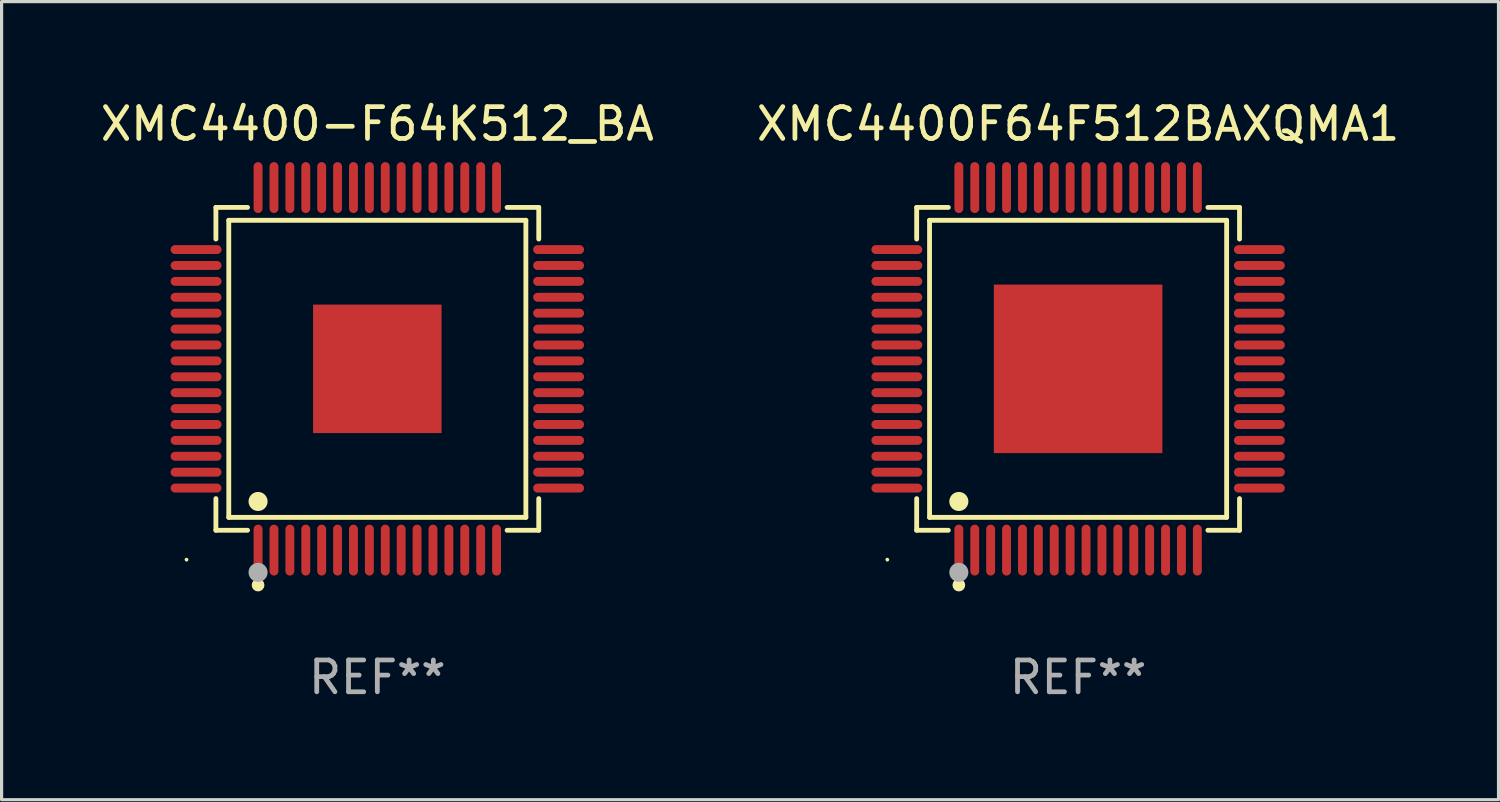
<source format=kicad_pcb>
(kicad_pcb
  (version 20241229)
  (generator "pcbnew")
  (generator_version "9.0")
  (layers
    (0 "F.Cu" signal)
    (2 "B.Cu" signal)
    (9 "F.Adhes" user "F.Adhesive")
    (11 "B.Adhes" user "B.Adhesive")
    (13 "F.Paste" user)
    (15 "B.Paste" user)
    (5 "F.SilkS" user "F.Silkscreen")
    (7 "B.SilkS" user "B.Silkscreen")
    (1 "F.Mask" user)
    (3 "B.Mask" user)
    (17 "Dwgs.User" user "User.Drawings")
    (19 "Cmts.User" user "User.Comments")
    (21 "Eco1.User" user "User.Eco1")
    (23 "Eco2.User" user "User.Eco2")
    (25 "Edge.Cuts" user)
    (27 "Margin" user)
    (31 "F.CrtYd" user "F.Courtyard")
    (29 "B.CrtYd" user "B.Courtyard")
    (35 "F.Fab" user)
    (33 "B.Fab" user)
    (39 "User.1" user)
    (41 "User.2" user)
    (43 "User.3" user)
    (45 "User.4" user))
  (footprint "XMC4400F64F512BAXQMA1"
    (layer "F.Cu")
    (at 30.851 8.548)
    (property "Reference" "XMC4400F64F512BAXQMA1" (at 0 -7.7 0) (layer "F.SilkS") (effects (font (size 1 1) (thickness 0.15))))
    (attr through_hole)
    (fp_line (start -5.076 -5.076) (end -4.081 -5.076) (stroke (width 0.152) (type solid)) (layer "F.SilkS"))
    (fp_line (start -5.076 -4.081) (end -5.076 -5.076) (stroke (width 0.152) (type solid)) (layer "F.SilkS"))
    (fp_line (start -5.076 4.081) (end -5.076 5.076) (stroke (width 0.152) (type solid)) (layer "F.SilkS"))
    (fp_line (start -5.076 5.076) (end -4.081 5.076) (stroke (width 0.152) (type solid)) (layer "F.SilkS"))
    (fp_line (start -4.671 -4.671) (end 4.671 -4.671) (stroke (width 0.152) (type solid)) (layer "F.SilkS"))
    (fp_line (start -4.671 4.671) (end -4.671 -4.671) (stroke (width 0.152) (type solid)) (layer "F.SilkS"))
    (fp_line (start 4.671 -4.671) (end 4.671 4.671) (stroke (width 0.152) (type solid)) (layer "F.SilkS"))
    (fp_line (start 4.671 4.671) (end -4.671 4.671) (stroke (width 0.152) (type solid)) (layer "F.SilkS"))
    (fp_line (start 5.076 -5.076) (end 4.081 -5.076) (stroke (width 0.152) (type solid)) (layer "F.SilkS"))
    (fp_line (start 5.076 -4.081) (end 5.076 -5.076) (stroke (width 0.152) (type solid)) (layer "F.SilkS"))
    (fp_line (start 5.076 4.081) (end 5.076 5.076) (stroke (width 0.152) (type solid)) (layer "F.SilkS"))
    (fp_line (start 5.076 5.076) (end 4.081 5.076) (stroke (width 0.152) (type solid)) (layer "F.SilkS"))
    (fp_circle (center -6 6) (end -5.97 6) (stroke (width 0.06) (type solid)) (fill no) (layer "F.SilkS"))
    (fp_circle (center -3.75 4.171) (end -3.6 4.171) (stroke (width 0.3) (type solid)) (fill no) (layer "F.SilkS"))
    (fp_circle (center -3.75 6.8) (end -3.65 6.8) (stroke (width 0.2) (type solid)) (fill no) (layer "F.SilkS"))
    (fp_circle (center -3.75 6.4) (end -3.6 6.4) (stroke (width 0.3) (type solid)) (fill no) (layer "F.Fab"))
    (fp_text user "REF**" (at 0 9.7 0) (layer "F.Fab") (effects (font (size 1 1) (thickness 0.15))))
    (pad "1" smd oval (at -3.75 5.7) (size 0.28 1.6) (layers "F.Cu" "F.Mask" "F.Paste"))
    (pad "2" smd oval (at -3.25 5.7) (size 0.28 1.6) (layers "F.Cu" "F.Mask" "F.Paste"))
    (pad "3" smd oval (at -2.75 5.7) (size 0.28 1.6) (layers "F.Cu" "F.Mask" "F.Paste"))
    (pad "4" smd oval (at -2.25 5.7) (size 0.28 1.6) (layers "F.Cu" "F.Mask" "F.Paste"))
    (pad "5" smd oval (at -1.75 5.7) (size 0.28 1.6) (layers "F.Cu" "F.Mask" "F.Paste"))
    (pad "6" smd oval (at -1.25 5.7) (size 0.28 1.6) (layers "F.Cu" "F.Mask" "F.Paste"))
    (pad "7" smd oval (at -0.75 5.7) (size 0.28 1.6) (layers "F.Cu" "F.Mask" "F.Paste"))
    (pad "8" smd oval (at -0.25 5.7) (size 0.28 1.6) (layers "F.Cu" "F.Mask" "F.Paste"))
    (pad "9" smd oval (at 0.25 5.7) (size 0.28 1.6) (layers "F.Cu" "F.Mask" "F.Paste"))
    (pad "10" smd oval (at 0.75 5.7) (size 0.28 1.6) (layers "F.Cu" "F.Mask" "F.Paste"))
    (pad "11" smd oval (at 1.25 5.7) (size 0.28 1.6) (layers "F.Cu" "F.Mask" "F.Paste"))
    (pad "12" smd oval (at 1.75 5.7) (size 0.28 1.6) (layers "F.Cu" "F.Mask" "F.Paste"))
    (pad "13" smd oval (at 2.25 5.7) (size 0.28 1.6) (layers "F.Cu" "F.Mask" "F.Paste"))
    (pad "14" smd oval (at 2.75 5.7) (size 0.28 1.6) (layers "F.Cu" "F.Mask" "F.Paste"))
    (pad "15" smd oval (at 3.25 5.7) (size 0.28 1.6) (layers "F.Cu" "F.Mask" "F.Paste"))
    (pad "16" smd oval (at 3.75 5.7) (size 0.28 1.6) (layers "F.Cu" "F.Mask" "F.Paste"))
    (pad "17" smd oval (at 5.7 3.75) (size 1.6 0.28) (layers "F.Cu" "F.Mask" "F.Paste"))
    (pad "18" smd oval (at 5.7 3.25) (size 1.6 0.28) (layers "F.Cu" "F.Mask" "F.Paste"))
    (pad "19" smd oval (at 5.7 2.75) (size 1.6 0.28) (layers "F.Cu" "F.Mask" "F.Paste"))
    (pad "20" smd oval (at 5.7 2.25) (size 1.6 0.28) (layers "F.Cu" "F.Mask" "F.Paste"))
    (pad "21" smd oval (at 5.7 1.75) (size 1.6 0.28) (layers "F.Cu" "F.Mask" "F.Paste"))
    (pad "22" smd oval (at 5.7 1.25) (size 1.6 0.28) (layers "F.Cu" "F.Mask" "F.Paste"))
    (pad "23" smd oval (at 5.7 0.75) (size 1.6 0.28) (layers "F.Cu" "F.Mask" "F.Paste"))
    (pad "24" smd oval (at 5.7 0.25) (size 1.6 0.28) (layers "F.Cu" "F.Mask" "F.Paste"))
    (pad "25" smd oval (at 5.7 -0.25) (size 1.6 0.28) (layers "F.Cu" "F.Mask" "F.Paste"))
    (pad "26" smd oval (at 5.7 -0.75) (size 1.6 0.28) (layers "F.Cu" "F.Mask" "F.Paste"))
    (pad "27" smd oval (at 5.7 -1.25) (size 1.6 0.28) (layers "F.Cu" "F.Mask" "F.Paste"))
    (pad "28" smd oval (at 5.7 -1.75) (size 1.6 0.28) (layers "F.Cu" "F.Mask" "F.Paste"))
    (pad "29" smd oval (at 5.7 -2.25) (size 1.6 0.28) (layers "F.Cu" "F.Mask" "F.Paste"))
    (pad "30" smd oval (at 5.7 -2.75) (size 1.6 0.28) (layers "F.Cu" "F.Mask" "F.Paste"))
    (pad "31" smd oval (at 5.7 -3.25) (size 1.6 0.28) (layers "F.Cu" "F.Mask" "F.Paste"))
    (pad "32" smd oval (at 5.7 -3.75) (size 1.6 0.28) (layers "F.Cu" "F.Mask" "F.Paste"))
    (pad "33" smd oval (at 3.75 -5.7) (size 0.28 1.6) (layers "F.Cu" "F.Mask" "F.Paste"))
    (pad "34" smd oval (at 3.25 -5.7) (size 0.28 1.6) (layers "F.Cu" "F.Mask" "F.Paste"))
    (pad "35" smd oval (at 2.75 -5.7) (size 0.28 1.6) (layers "F.Cu" "F.Mask" "F.Paste"))
    (pad "36" smd oval (at 2.25 -5.7) (size 0.28 1.6) (layers "F.Cu" "F.Mask" "F.Paste"))
    (pad "37" smd oval (at 1.75 -5.7) (size 0.28 1.6) (layers "F.Cu" "F.Mask" "F.Paste"))
    (pad "38" smd oval (at 1.25 -5.7) (size 0.28 1.6) (layers "F.Cu" "F.Mask" "F.Paste"))
    (pad "39" smd oval (at 0.75 -5.7) (size 0.28 1.6) (layers "F.Cu" "F.Mask" "F.Paste"))
    (pad "40" smd oval (at 0.25 -5.7) (size 0.28 1.6) (layers "F.Cu" "F.Mask" "F.Paste"))
    (pad "41" smd oval (at -0.25 -5.7) (size 0.28 1.6) (layers "F.Cu" "F.Mask" "F.Paste"))
    (pad "42" smd oval (at -0.75 -5.7) (size 0.28 1.6) (layers "F.Cu" "F.Mask" "F.Paste"))
    (pad "43" smd oval (at -1.25 -5.7) (size 0.28 1.6) (layers "F.Cu" "F.Mask" "F.Paste"))
    (pad "44" smd oval (at -1.75 -5.7) (size 0.28 1.6) (layers "F.Cu" "F.Mask" "F.Paste"))
    (pad "45" smd oval (at -2.25 -5.7) (size 0.28 1.6) (layers "F.Cu" "F.Mask" "F.Paste"))
    (pad "46" smd oval (at -2.75 -5.7) (size 0.28 1.6) (layers "F.Cu" "F.Mask" "F.Paste"))
    (pad "47" smd oval (at -3.25 -5.7) (size 0.28 1.6) (layers "F.Cu" "F.Mask" "F.Paste"))
    (pad "48" smd oval (at -3.75 -5.7) (size 0.28 1.6) (layers "F.Cu" "F.Mask" "F.Paste"))
    (pad "49" smd oval (at -5.7 -3.75) (size 1.6 0.28) (layers "F.Cu" "F.Mask" "F.Paste"))
    (pad "50" smd oval (at -5.7 -3.25) (size 1.6 0.28) (layers "F.Cu" "F.Mask" "F.Paste"))
    (pad "51" smd oval (at -5.7 -2.75) (size 1.6 0.28) (layers "F.Cu" "F.Mask" "F.Paste"))
    (pad "52" smd oval (at -5.7 -2.25) (size 1.6 0.28) (layers "F.Cu" "F.Mask" "F.Paste"))
    (pad "53" smd oval (at -5.7 -1.75) (size 1.6 0.28) (layers "F.Cu" "F.Mask" "F.Paste"))
    (pad "54" smd oval (at -5.7 -1.25) (size 1.6 0.28) (layers "F.Cu" "F.Mask" "F.Paste"))
    (pad "55" smd oval (at -5.7 -0.75) (size 1.6 0.28) (layers "F.Cu" "F.Mask" "F.Paste"))
    (pad "56" smd oval (at -5.7 -0.25) (size 1.6 0.28) (layers "F.Cu" "F.Mask" "F.Paste"))
    (pad "57" smd oval (at -5.7 0.25) (size 1.6 0.28) (layers "F.Cu" "F.Mask" "F.Paste"))
    (pad "58" smd oval (at -5.7 0.75) (size 1.6 0.28) (layers "F.Cu" "F.Mask" "F.Paste"))
    (pad "59" smd oval (at -5.7 1.25) (size 1.6 0.28) (layers "F.Cu" "F.Mask" "F.Paste"))
    (pad "60" smd oval (at -5.7 1.75) (size 1.6 0.28) (layers "F.Cu" "F.Mask" "F.Paste"))
    (pad "61" smd oval (at -5.7 2.25) (size 1.6 0.28) (layers "F.Cu" "F.Mask" "F.Paste"))
    (pad "62" smd oval (at -5.7 2.75) (size 1.6 0.28) (layers "F.Cu" "F.Mask" "F.Paste"))
    (pad "63" smd oval (at -5.7 3.25) (size 1.6 0.28) (layers "F.Cu" "F.Mask" "F.Paste"))
    (pad "64" smd oval (at -5.7 3.75) (size 1.6 0.28) (layers "F.Cu" "F.Mask" "F.Paste"))
    (pad "65" smd rect (at 0 0) (size 5.3 5.3) (layers "F.Cu" "F.Mask" "F.Paste")))
  (footprint "XMC4400-F64K512_BA"
    (layer "F.Cu")
    (at 8.815 8.548)
    (property "Reference" "XMC4400-F64K512_BA" (at 0 -7.7 0) (layer "F.SilkS") (effects (font (size 1 1) (thickness 0.15))))
    (attr through_hole)
    (fp_line (start -5.076 -5.076) (end -4.081 -5.076) (stroke (width 0.152) (type solid)) (layer "F.SilkS"))
    (fp_line (start -5.076 -4.081) (end -5.076 -5.076) (stroke (width 0.152) (type solid)) (layer "F.SilkS"))
    (fp_line (start -5.076 4.081) (end -5.076 5.076) (stroke (width 0.152) (type solid)) (layer "F.SilkS"))
    (fp_line (start -5.076 5.076) (end -4.081 5.076) (stroke (width 0.152) (type solid)) (layer "F.SilkS"))
    (fp_line (start -4.671 -4.671) (end 4.671 -4.671) (stroke (width 0.152) (type solid)) (layer "F.SilkS"))
    (fp_line (start -4.671 4.671) (end -4.671 -4.671) (stroke (width 0.152) (type solid)) (layer "F.SilkS"))
    (fp_line (start 4.671 -4.671) (end 4.671 4.671) (stroke (width 0.152) (type solid)) (layer "F.SilkS"))
    (fp_line (start 4.671 4.671) (end -4.671 4.671) (stroke (width 0.152) (type solid)) (layer "F.SilkS"))
    (fp_line (start 5.076 -5.076) (end 4.081 -5.076) (stroke (width 0.152) (type solid)) (layer "F.SilkS"))
    (fp_line (start 5.076 -4.081) (end 5.076 -5.076) (stroke (width 0.152) (type solid)) (layer "F.SilkS"))
    (fp_line (start 5.076 4.081) (end 5.076 5.076) (stroke (width 0.152) (type solid)) (layer "F.SilkS"))
    (fp_line (start 5.076 5.076) (end 4.081 5.076) (stroke (width 0.152) (type solid)) (layer "F.SilkS"))
    (fp_circle (center -6 6) (end -5.97 6) (stroke (width 0.06) (type solid)) (fill no) (layer "F.SilkS"))
    (fp_circle (center -3.75 4.171) (end -3.6 4.171) (stroke (width 0.3) (type solid)) (fill no) (layer "F.SilkS"))
    (fp_circle (center -3.75 6.8) (end -3.65 6.8) (stroke (width 0.2) (type solid)) (fill no) (layer "F.SilkS"))
    (fp_circle (center -3.75 6.4) (end -3.6 6.4) (stroke (width 0.3) (type solid)) (fill no) (layer "F.Fab"))
    (fp_text user "REF**" (at 0 9.7 0) (layer "F.Fab") (effects (font (size 1 1) (thickness 0.15))))
    (pad "1" smd oval (at -3.75 5.7) (size 0.28 1.6) (layers "F.Cu" "F.Mask" "F.Paste"))
    (pad "2" smd oval (at -3.25 5.7) (size 0.28 1.6) (layers "F.Cu" "F.Mask" "F.Paste"))
    (pad "3" smd oval (at -2.75 5.7) (size 0.28 1.6) (layers "F.Cu" "F.Mask" "F.Paste"))
    (pad "4" smd oval (at -2.25 5.7) (size 0.28 1.6) (layers "F.Cu" "F.Mask" "F.Paste"))
    (pad "5" smd oval (at -1.75 5.7) (size 0.28 1.6) (layers "F.Cu" "F.Mask" "F.Paste"))
    (pad "6" smd oval (at -1.25 5.7) (size 0.28 1.6) (layers "F.Cu" "F.Mask" "F.Paste"))
    (pad "7" smd oval (at -0.75 5.7) (size 0.28 1.6) (layers "F.Cu" "F.Mask" "F.Paste"))
    (pad "8" smd oval (at -0.25 5.7) (size 0.28 1.6) (layers "F.Cu" "F.Mask" "F.Paste"))
    (pad "9" smd oval (at 0.25 5.7) (size 0.28 1.6) (layers "F.Cu" "F.Mask" "F.Paste"))
    (pad "10" smd oval (at 0.75 5.7) (size 0.28 1.6) (layers "F.Cu" "F.Mask" "F.Paste"))
    (pad "11" smd oval (at 1.25 5.7) (size 0.28 1.6) (layers "F.Cu" "F.Mask" "F.Paste"))
    (pad "12" smd oval (at 1.75 5.7) (size 0.28 1.6) (layers "F.Cu" "F.Mask" "F.Paste"))
    (pad "13" smd oval (at 2.25 5.7) (size 0.28 1.6) (layers "F.Cu" "F.Mask" "F.Paste"))
    (pad "14" smd oval (at 2.75 5.7) (size 0.28 1.6) (layers "F.Cu" "F.Mask" "F.Paste"))
    (pad "15" smd oval (at 3.25 5.7) (size 0.28 1.6) (layers "F.Cu" "F.Mask" "F.Paste"))
    (pad "16" smd oval (at 3.75 5.7) (size 0.28 1.6) (layers "F.Cu" "F.Mask" "F.Paste"))
    (pad "17" smd oval (at 5.7 3.75) (size 1.6 0.28) (layers "F.Cu" "F.Mask" "F.Paste"))
    (pad "18" smd oval (at 5.7 3.25) (size 1.6 0.28) (layers "F.Cu" "F.Mask" "F.Paste"))
    (pad "19" smd oval (at 5.7 2.75) (size 1.6 0.28) (layers "F.Cu" "F.Mask" "F.Paste"))
    (pad "20" smd oval (at 5.7 2.25) (size 1.6 0.28) (layers "F.Cu" "F.Mask" "F.Paste"))
    (pad "21" smd oval (at 5.7 1.75) (size 1.6 0.28) (layers "F.Cu" "F.Mask" "F.Paste"))
    (pad "22" smd oval (at 5.7 1.25) (size 1.6 0.28) (layers "F.Cu" "F.Mask" "F.Paste"))
    (pad "23" smd oval (at 5.7 0.75) (size 1.6 0.28) (layers "F.Cu" "F.Mask" "F.Paste"))
    (pad "24" smd oval (at 5.7 0.25) (size 1.6 0.28) (layers "F.Cu" "F.Mask" "F.Paste"))
    (pad "25" smd oval (at 5.7 -0.25) (size 1.6 0.28) (layers "F.Cu" "F.Mask" "F.Paste"))
    (pad "26" smd oval (at 5.7 -0.75) (size 1.6 0.28) (layers "F.Cu" "F.Mask" "F.Paste"))
    (pad "27" smd oval (at 5.7 -1.25) (size 1.6 0.28) (layers "F.Cu" "F.Mask" "F.Paste"))
    (pad "28" smd oval (at 5.7 -1.75) (size 1.6 0.28) (layers "F.Cu" "F.Mask" "F.Paste"))
    (pad "29" smd oval (at 5.7 -2.25) (size 1.6 0.28) (layers "F.Cu" "F.Mask" "F.Paste"))
    (pad "30" smd oval (at 5.7 -2.75) (size 1.6 0.28) (layers "F.Cu" "F.Mask" "F.Paste"))
    (pad "31" smd oval (at 5.7 -3.25) (size 1.6 0.28) (layers "F.Cu" "F.Mask" "F.Paste"))
    (pad "32" smd oval (at 5.7 -3.75) (size 1.6 0.28) (layers "F.Cu" "F.Mask" "F.Paste"))
    (pad "33" smd oval (at 3.75 -5.7) (size 0.28 1.6) (layers "F.Cu" "F.Mask" "F.Paste"))
    (pad "34" smd oval (at 3.25 -5.7) (size 0.28 1.6) (layers "F.Cu" "F.Mask" "F.Paste"))
    (pad "35" smd oval (at 2.75 -5.7) (size 0.28 1.6) (layers "F.Cu" "F.Mask" "F.Paste"))
    (pad "36" smd oval (at 2.25 -5.7) (size 0.28 1.6) (layers "F.Cu" "F.Mask" "F.Paste"))
    (pad "37" smd oval (at 1.75 -5.7) (size 0.28 1.6) (layers "F.Cu" "F.Mask" "F.Paste"))
    (pad "38" smd oval (at 1.25 -5.7) (size 0.28 1.6) (layers "F.Cu" "F.Mask" "F.Paste"))
    (pad "39" smd oval (at 0.75 -5.7) (size 0.28 1.6) (layers "F.Cu" "F.Mask" "F.Paste"))
    (pad "40" smd oval (at 0.25 -5.7) (size 0.28 1.6) (layers "F.Cu" "F.Mask" "F.Paste"))
    (pad "41" smd oval (at -0.25 -5.7) (size 0.28 1.6) (layers "F.Cu" "F.Mask" "F.Paste"))
    (pad "42" smd oval (at -0.75 -5.7) (size 0.28 1.6) (layers "F.Cu" "F.Mask" "F.Paste"))
    (pad "43" smd oval (at -1.25 -5.7) (size 0.28 1.6) (layers "F.Cu" "F.Mask" "F.Paste"))
    (pad "44" smd oval (at -1.75 -5.7) (size 0.28 1.6) (layers "F.Cu" "F.Mask" "F.Paste"))
    (pad "45" smd oval (at -2.25 -5.7) (size 0.28 1.6) (layers "F.Cu" "F.Mask" "F.Paste"))
    (pad "46" smd oval (at -2.75 -5.7) (size 0.28 1.6) (layers "F.Cu" "F.Mask" "F.Paste"))
    (pad "47" smd oval (at -3.25 -5.7) (size 0.28 1.6) (layers "F.Cu" "F.Mask" "F.Paste"))
    (pad "48" smd oval (at -3.75 -5.7) (size 0.28 1.6) (layers "F.Cu" "F.Mask" "F.Paste"))
    (pad "49" smd oval (at -5.7 -3.75) (size 1.6 0.28) (layers "F.Cu" "F.Mask" "F.Paste"))
    (pad "50" smd oval (at -5.7 -3.25) (size 1.6 0.28) (layers "F.Cu" "F.Mask" "F.Paste"))
    (pad "51" smd oval (at -5.7 -2.75) (size 1.6 0.28) (layers "F.Cu" "F.Mask" "F.Paste"))
    (pad "52" smd oval (at -5.7 -2.25) (size 1.6 0.28) (layers "F.Cu" "F.Mask" "F.Paste"))
    (pad "53" smd oval (at -5.7 -1.75) (size 1.6 0.28) (layers "F.Cu" "F.Mask" "F.Paste"))
    (pad "54" smd oval (at -5.7 -1.25) (size 1.6 0.28) (layers "F.Cu" "F.Mask" "F.Paste"))
    (pad "55" smd oval (at -5.7 -0.75) (size 1.6 0.28) (layers "F.Cu" "F.Mask" "F.Paste"))
    (pad "56" smd oval (at -5.7 -0.25) (size 1.6 0.28) (layers "F.Cu" "F.Mask" "F.Paste"))
    (pad "57" smd oval (at -5.7 0.25) (size 1.6 0.28) (layers "F.Cu" "F.Mask" "F.Paste"))
    (pad "58" smd oval (at -5.7 0.75) (size 1.6 0.28) (layers "F.Cu" "F.Mask" "F.Paste"))
    (pad "59" smd oval (at -5.7 1.25) (size 1.6 0.28) (layers "F.Cu" "F.Mask" "F.Paste"))
    (pad "60" smd oval (at -5.7 1.75) (size 1.6 0.28) (layers "F.Cu" "F.Mask" "F.Paste"))
    (pad "61" smd oval (at -5.7 2.25) (size 1.6 0.28) (layers "F.Cu" "F.Mask" "F.Paste"))
    (pad "62" smd oval (at -5.7 2.75) (size 1.6 0.28) (layers "F.Cu" "F.Mask" "F.Paste"))
    (pad "63" smd oval (at -5.7 3.25) (size 1.6 0.28) (layers "F.Cu" "F.Mask" "F.Paste"))
    (pad "64" smd oval (at -5.7 3.75) (size 1.6 0.28) (layers "F.Cu" "F.Mask" "F.Paste"))
    (pad "65" smd rect (at 0 0) (size 4.04 4.04) (layers "F.Cu" "F.Mask" "F.Paste")))
  (gr_rect
    (start -3 -3)
    (end 44.071 22.097)
    (stroke (width 0.1) (type default))
    (fill no)
    (layer "Edge.Cuts")))
</source>
